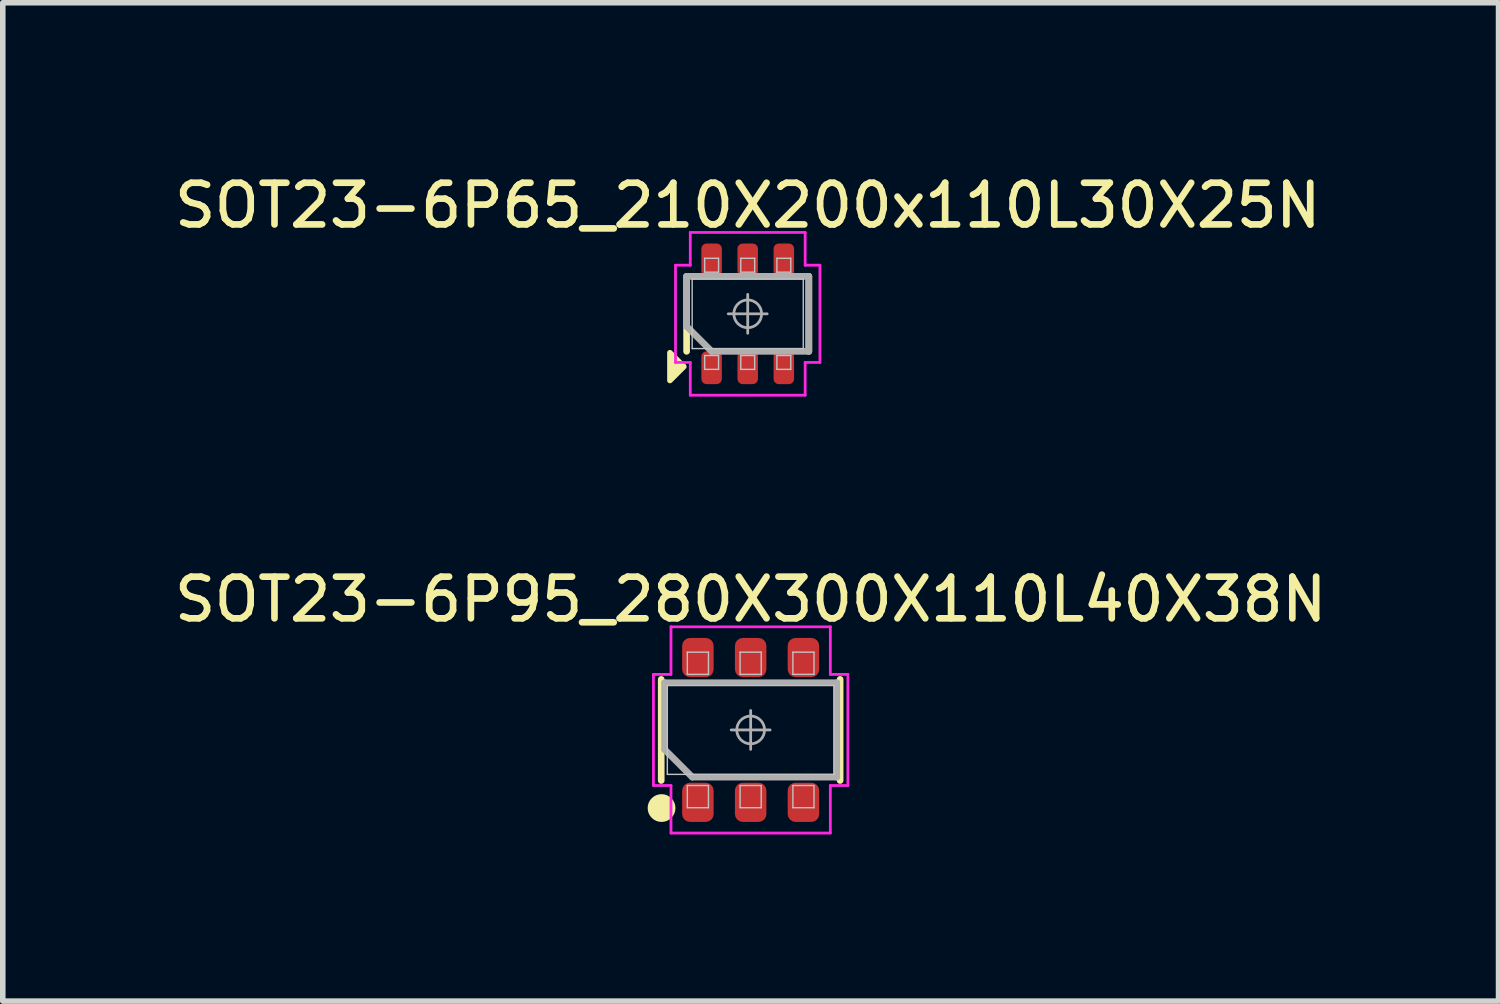
<source format=kicad_pcb>
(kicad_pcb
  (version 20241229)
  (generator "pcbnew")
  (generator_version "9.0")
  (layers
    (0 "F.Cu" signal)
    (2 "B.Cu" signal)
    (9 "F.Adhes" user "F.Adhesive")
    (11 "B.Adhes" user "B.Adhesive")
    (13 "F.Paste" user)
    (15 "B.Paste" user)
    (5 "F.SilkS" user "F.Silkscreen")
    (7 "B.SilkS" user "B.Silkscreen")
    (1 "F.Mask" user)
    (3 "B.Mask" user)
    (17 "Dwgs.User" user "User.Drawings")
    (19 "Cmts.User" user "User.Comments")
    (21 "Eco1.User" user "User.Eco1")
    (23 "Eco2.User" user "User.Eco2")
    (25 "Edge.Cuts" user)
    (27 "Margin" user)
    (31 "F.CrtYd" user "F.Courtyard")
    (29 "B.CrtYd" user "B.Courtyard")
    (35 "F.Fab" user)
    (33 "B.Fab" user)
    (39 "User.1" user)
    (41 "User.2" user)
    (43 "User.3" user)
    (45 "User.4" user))
  (footprint "SOT23-6P95_280X300X110L40X38N"
    (layer "F.Cu")
    (at 10.462 10.089)
    (property "Reference" "SOT23-6P95_280X300X110L40X38N" (at 0 -2.35 0) (layer "F.SilkS") (effects (font (size 0.75 0.75) (thickness 0.12))))
    (attr smd)
    (fp_line (start -1.61 0.91) (end -1.61 -0.91) (stroke (width 0.12) (type solid)) (layer "F.SilkS"))
    (fp_line (start 1.61 -0.91) (end 1.61 0.91) (stroke (width 0.12) (type solid)) (layer "F.SilkS"))
    (fp_circle (center -1.604 1.406) (end -1.604 1.531) (stroke (width 0.25) (type solid)) (fill no) (layer "F.SilkS"))
    (fp_line (start -1.5 -0.8) (end 1.5 -0.8) (stroke (width 0.025) (type solid)) (layer "Dwgs.User"))
    (fp_line (start -1.5 0.8) (end -1.5 -0.8) (stroke (width 0.025) (type solid)) (layer "Dwgs.User"))
    (fp_line (start -1.14 -1.4) (end -0.76 -1.4) (stroke (width 0.025) (type solid)) (layer "Dwgs.User"))
    (fp_line (start -1.14 -1) (end -1.14 -1.4) (stroke (width 0.025) (type solid)) (layer "Dwgs.User"))
    (fp_line (start -1.14 1) (end -0.76 1) (stroke (width 0.025) (type solid)) (layer "Dwgs.User"))
    (fp_line (start -1.14 1.4) (end -1.14 1) (stroke (width 0.025) (type solid)) (layer "Dwgs.User"))
    (fp_line (start -0.76 -1.4) (end -0.76 -1) (stroke (width 0.025) (type solid)) (layer "Dwgs.User"))
    (fp_line (start -0.76 -1) (end -1.14 -1) (stroke (width 0.025) (type solid)) (layer "Dwgs.User"))
    (fp_line (start -0.76 1) (end -0.76 1.4) (stroke (width 0.025) (type solid)) (layer "Dwgs.User"))
    (fp_line (start -0.76 1.4) (end -1.14 1.4) (stroke (width 0.025) (type solid)) (layer "Dwgs.User"))
    (fp_line (start -0.19 -1.4) (end 0.19 -1.4) (stroke (width 0.025) (type solid)) (layer "Dwgs.User"))
    (fp_line (start -0.19 -1) (end -0.19 -1.4) (stroke (width 0.025) (type solid)) (layer "Dwgs.User"))
    (fp_line (start -0.19 1) (end 0.19 1) (stroke (width 0.025) (type solid)) (layer "Dwgs.User"))
    (fp_line (start -0.19 1.4) (end -0.19 1) (stroke (width 0.025) (type solid)) (layer "Dwgs.User"))
    (fp_line (start 0.19 -1.4) (end 0.19 -1) (stroke (width 0.025) (type solid)) (layer "Dwgs.User"))
    (fp_line (start 0.19 -1) (end -0.19 -1) (stroke (width 0.025) (type solid)) (layer "Dwgs.User"))
    (fp_line (start 0.19 1) (end 0.19 1.4) (stroke (width 0.025) (type solid)) (layer "Dwgs.User"))
    (fp_line (start 0.19 1.4) (end -0.189 1.4) (stroke (width 0.025) (type solid)) (layer "Dwgs.User"))
    (fp_line (start 0.76 -1.4) (end 1.14 -1.4) (stroke (width 0.025) (type solid)) (layer "Dwgs.User"))
    (fp_line (start 0.76 -1) (end 0.76 -1.4) (stroke (width 0.025) (type solid)) (layer "Dwgs.User"))
    (fp_line (start 0.76 1) (end 1.14 1) (stroke (width 0.025) (type solid)) (layer "Dwgs.User"))
    (fp_line (start 0.76 1.4) (end 0.76 1) (stroke (width 0.025) (type solid)) (layer "Dwgs.User"))
    (fp_line (start 1.14 -1.4) (end 1.14 -1) (stroke (width 0.025) (type solid)) (layer "Dwgs.User"))
    (fp_line (start 1.14 -1) (end 0.76 -1) (stroke (width 0.025) (type solid)) (layer "Dwgs.User"))
    (fp_line (start 1.14 1) (end 1.14 1.4) (stroke (width 0.025) (type solid)) (layer "Dwgs.User"))
    (fp_line (start 1.14 1.4) (end 0.76 1.4) (stroke (width 0.025) (type solid)) (layer "Dwgs.User"))
    (fp_line (start 1.5 -0.8) (end 1.5 0.8) (stroke (width 0.025) (type solid)) (layer "Dwgs.User"))
    (fp_line (start 1.5 0.8) (end -1.5 0.8) (stroke (width 0.025) (type solid)) (layer "Dwgs.User"))
    (fp_line (start -1.75 -1) (end -1.75 1) (stroke (width 0.05) (type solid)) (layer "F.CrtYd"))
    (fp_line (start -1.75 1) (end -1.434 1) (stroke (width 0.05) (type solid)) (layer "F.CrtYd"))
    (fp_line (start -1.437 -1) (end -1.75 -1) (stroke (width 0.05) (type solid)) (layer "F.CrtYd"))
    (fp_line (start -1.434 -1.856) (end -1.434 -1) (stroke (width 0.05) (type solid)) (layer "F.CrtYd"))
    (fp_line (start -1.434 1) (end -1.434 1.856) (stroke (width 0.05) (type solid)) (layer "F.CrtYd"))
    (fp_line (start -1.434 1.856) (end 1.434 1.856) (stroke (width 0.05) (type solid)) (layer "F.CrtYd"))
    (fp_line (start 1.434 -1.856) (end -1.434 -1.856) (stroke (width 0.05) (type solid)) (layer "F.CrtYd"))
    (fp_line (start 1.434 -1) (end 1.434 -1.856) (stroke (width 0.05) (type solid)) (layer "F.CrtYd"))
    (fp_line (start 1.434 1) (end 1.75 1) (stroke (width 0.05) (type solid)) (layer "F.CrtYd"))
    (fp_line (start 1.434 1.856) (end 1.434 1) (stroke (width 0.05) (type solid)) (layer "F.CrtYd"))
    (fp_line (start 1.75 -1) (end 1.434 -1) (stroke (width 0.05) (type solid)) (layer "F.CrtYd"))
    (fp_line (start 1.75 1) (end 1.75 -1) (stroke (width 0.05) (type solid)) (layer "F.CrtYd"))
    (fp_line (start -1.55 -0.85) (end 1.55 -0.85) (stroke (width 0.12) (type solid)) (layer "F.Fab"))
    (fp_line (start -1.55 0.35) (end -1.55 -0.85) (stroke (width 0.12) (type solid)) (layer "F.Fab"))
    (fp_line (start -1.05 0.85) (end -1.55 0.35) (stroke (width 0.12) (type solid)) (layer "F.Fab"))
    (fp_line (start -0.35 0) (end 0.35 0) (stroke (width 0.05) (type solid)) (layer "F.Fab"))
    (fp_line (start 0 -0.35) (end 0 0.35) (stroke (width 0.05) (type solid)) (layer "F.Fab"))
    (fp_line (start 1.55 -0.85) (end 1.55 0.85) (stroke (width 0.12) (type solid)) (layer "F.Fab"))
    (fp_line (start 1.55 0.85) (end -1.05 0.85) (stroke (width 0.12) (type solid)) (layer "F.Fab"))
    (fp_circle (center 0 0) (end 0.25 0) (stroke (width 0.05) (type solid)) (fill no) (layer "F.Fab"))
    (pad "1" smd roundrect (at -0.95 1.303 90) (size 0.706 0.567) (layers "F.Cu" "F.Mask" "F.Paste") (roundrect_rratio 0.25))
    (pad "2" smd roundrect (at 0 1.303 90) (size 0.706 0.567) (layers "F.Cu" "F.Mask" "F.Paste") (roundrect_rratio 0.25))
    (pad "3" smd roundrect (at 0.95 1.303 90) (size 0.706 0.567) (layers "F.Cu" "F.Mask" "F.Paste") (roundrect_rratio 0.25))
    (pad "4" smd roundrect (at 0.95 -1.303 90) (size 0.706 0.567) (layers "F.Cu" "F.Mask" "F.Paste") (roundrect_rratio 0.25))
    (pad "5" smd roundrect (at 0 -1.303 90) (size 0.706 0.567) (layers "F.Cu" "F.Mask" "F.Paste") (roundrect_rratio 0.25))
    (pad "6" smd roundrect (at -0.95 -1.303 90) (size 0.706 0.567) (layers "F.Cu" "F.Mask" "F.Paste") (roundrect_rratio 0.25)))
  (footprint "SOT23-6P65_210X200x110L30X25N"
    (layer "F.Cu")
    (at 10.409 2.599)
    (property "Reference" "SOT23-6P65_210X200x110L30X25N" (at 0 -1.95 0) (layer "F.SilkS") (effects (font (size 0.75 0.75) (thickness 0.12))))
    (attr smd)
    (fp_line (start -1.1 0.675) (end -1.1 -0.675) (stroke (width 0.12) (type solid)) (layer "F.SilkS"))
    (fp_line (start 1.1 -0.675) (end 1.1 0.675) (stroke (width 0.12) (type solid)) (layer "F.SilkS"))
    (fp_poly (pts (xy -1.15 0.95) (xy -1.4 1.2) (xy -1.4 0.7)) (stroke (width 0.1) (type solid)) (fill yes) (layer "F.SilkS"))
    (fp_line (start -1 -0.625) (end 1 -0.625) (stroke (width 0.025) (type solid)) (layer "Dwgs.User"))
    (fp_line (start -1 0.625) (end -1 -0.625) (stroke (width 0.025) (type solid)) (layer "Dwgs.User"))
    (fp_line (start -0.775 -1) (end -0.525 -1) (stroke (width 0.025) (type solid)) (layer "Dwgs.User"))
    (fp_line (start -0.775 -0.75) (end -0.775 -1) (stroke (width 0.025) (type solid)) (layer "Dwgs.User"))
    (fp_line (start -0.775 0.75) (end -0.525 0.75) (stroke (width 0.025) (type solid)) (layer "Dwgs.User"))
    (fp_line (start -0.775 1) (end -0.775 0.75) (stroke (width 0.025) (type solid)) (layer "Dwgs.User"))
    (fp_line (start -0.525 -1) (end -0.525 -0.75) (stroke (width 0.025) (type solid)) (layer "Dwgs.User"))
    (fp_line (start -0.525 -0.75) (end -0.775 -0.75) (stroke (width 0.025) (type solid)) (layer "Dwgs.User"))
    (fp_line (start -0.525 0.75) (end -0.525 1) (stroke (width 0.025) (type solid)) (layer "Dwgs.User"))
    (fp_line (start -0.525 1) (end -0.775 1) (stroke (width 0.025) (type solid)) (layer "Dwgs.User"))
    (fp_line (start -0.125 -1) (end 0.125 -1) (stroke (width 0.025) (type solid)) (layer "Dwgs.User"))
    (fp_line (start -0.125 -0.75) (end -0.125 -1) (stroke (width 0.025) (type solid)) (layer "Dwgs.User"))
    (fp_line (start -0.125 0.75) (end 0.125 0.75) (stroke (width 0.025) (type solid)) (layer "Dwgs.User"))
    (fp_line (start -0.125 1) (end -0.125 0.75) (stroke (width 0.025) (type solid)) (layer "Dwgs.User"))
    (fp_line (start 0.125 -1) (end 0.125 -0.75) (stroke (width 0.025) (type solid)) (layer "Dwgs.User"))
    (fp_line (start 0.125 -0.75) (end -0.125 -0.75) (stroke (width 0.025) (type solid)) (layer "Dwgs.User"))
    (fp_line (start 0.125 0.75) (end 0.125 1) (stroke (width 0.025) (type solid)) (layer "Dwgs.User"))
    (fp_line (start 0.125 1) (end -0.125 1) (stroke (width 0.025) (type solid)) (layer "Dwgs.User"))
    (fp_line (start 0.525 -1) (end 0.775 -1) (stroke (width 0.025) (type solid)) (layer "Dwgs.User"))
    (fp_line (start 0.525 -0.75) (end 0.525 -1) (stroke (width 0.025) (type solid)) (layer "Dwgs.User"))
    (fp_line (start 0.525 0.75) (end 0.775 0.75) (stroke (width 0.025) (type solid)) (layer "Dwgs.User"))
    (fp_line (start 0.525 1) (end 0.525 0.75) (stroke (width 0.025) (type solid)) (layer "Dwgs.User"))
    (fp_line (start 0.775 -1) (end 0.775 -0.75) (stroke (width 0.025) (type solid)) (layer "Dwgs.User"))
    (fp_line (start 0.775 -0.75) (end 0.525 -0.75) (stroke (width 0.025) (type solid)) (layer "Dwgs.User"))
    (fp_line (start 0.775 0.75) (end 0.775 1) (stroke (width 0.025) (type solid)) (layer "Dwgs.User"))
    (fp_line (start 0.775 1) (end 0.525 1) (stroke (width 0.025) (type solid)) (layer "Dwgs.User"))
    (fp_line (start 1 -0.625) (end 1 0.625) (stroke (width 0.025) (type solid)) (layer "Dwgs.User"))
    (fp_line (start 1 0.625) (end -1 0.625) (stroke (width 0.025) (type solid)) (layer "Dwgs.User"))
    (fp_line (start -1.3 -0.875) (end -1.3 0.875) (stroke (width 0.05) (type solid)) (layer "F.CrtYd"))
    (fp_line (start -1.3 0.875) (end -1.034 0.875) (stroke (width 0.05) (type solid)) (layer "F.CrtYd"))
    (fp_line (start -1.034 -1.465) (end -1.034 -0.875) (stroke (width 0.05) (type solid)) (layer "F.CrtYd"))
    (fp_line (start -1.034 -0.875) (end -1.3 -0.875) (stroke (width 0.05) (type solid)) (layer "F.CrtYd"))
    (fp_line (start -1.034 0.875) (end -1.034 1.465) (stroke (width 0.05) (type solid)) (layer "F.CrtYd"))
    (fp_line (start -1.034 1.465) (end 1.034 1.465) (stroke (width 0.05) (type solid)) (layer "F.CrtYd"))
    (fp_line (start 1.034 -1.465) (end -1.034 -1.465) (stroke (width 0.05) (type solid)) (layer "F.CrtYd"))
    (fp_line (start 1.034 -0.875) (end 1.034 -1.465) (stroke (width 0.05) (type solid)) (layer "F.CrtYd"))
    (fp_line (start 1.034 0.875) (end 1.3 0.875) (stroke (width 0.05) (type solid)) (layer "F.CrtYd"))
    (fp_line (start 1.034 1.465) (end 1.034 0.875) (stroke (width 0.05) (type solid)) (layer "F.CrtYd"))
    (fp_line (start 1.3 -0.875) (end 1.034 -0.875) (stroke (width 0.05) (type solid)) (layer "F.CrtYd"))
    (fp_line (start 1.3 0.875) (end 1.3 -0.875) (stroke (width 0.05) (type solid)) (layer "F.CrtYd"))
    (fp_line (start -1.1 -0.675) (end 1.1 -0.675) (stroke (width 0.12) (type solid)) (layer "F.Fab"))
    (fp_line (start -1.1 0.225) (end -1.1 -0.675) (stroke (width 0.12) (type solid)) (layer "F.Fab"))
    (fp_line (start -0.65 0.675) (end -1.1 0.225) (stroke (width 0.12) (type solid)) (layer "F.Fab"))
    (fp_line (start -0.35 0) (end 0.35 0) (stroke (width 0.05) (type solid)) (layer "F.Fab"))
    (fp_line (start 0 -0.35) (end 0 0.35) (stroke (width 0.05) (type solid)) (layer "F.Fab"))
    (fp_line (start 1.1 -0.675) (end 1.1 0.675) (stroke (width 0.12) (type solid)) (layer "F.Fab"))
    (fp_line (start 1.1 0.675) (end -0.65 0.675) (stroke (width 0.12) (type solid)) (layer "F.Fab"))
    (fp_circle (center 0 0) (end 0.25 0) (stroke (width 0.05) (type solid)) (fill no) (layer "F.Fab"))
    (pad "1" smd roundrect (at -0.65 0.97 90) (size 0.59 0.369) (layers "F.Cu" "F.Mask" "F.Paste") (roundrect_rratio 0.25))
    (pad "2" smd roundrect (at 0 0.97 90) (size 0.59 0.369) (layers "F.Cu" "F.Mask" "F.Paste") (roundrect_rratio 0.25))
    (pad "3" smd roundrect (at 0.65 0.97 90) (size 0.59 0.369) (layers "F.Cu" "F.Mask" "F.Paste") (roundrect_rratio 0.25))
    (pad "4" smd roundrect (at 0.65 -0.97 90) (size 0.59 0.369) (layers "F.Cu" "F.Mask" "F.Paste") (roundrect_rratio 0.25))
    (pad "5" smd roundrect (at 0 -0.97 90) (size 0.59 0.369) (layers "F.Cu" "F.Mask" "F.Paste") (roundrect_rratio 0.25))
    (pad "6" smd roundrect (at -0.65 -0.97 90) (size 0.59 0.369) (layers "F.Cu" "F.Mask" "F.Paste") (roundrect_rratio 0.25)))
  (gr_rect
    (start -3 -3)
    (end 23.924 14.97)
    (stroke (width 0.1) (type default))
    (fill no)
    (layer "Edge.Cuts")))
</source>
